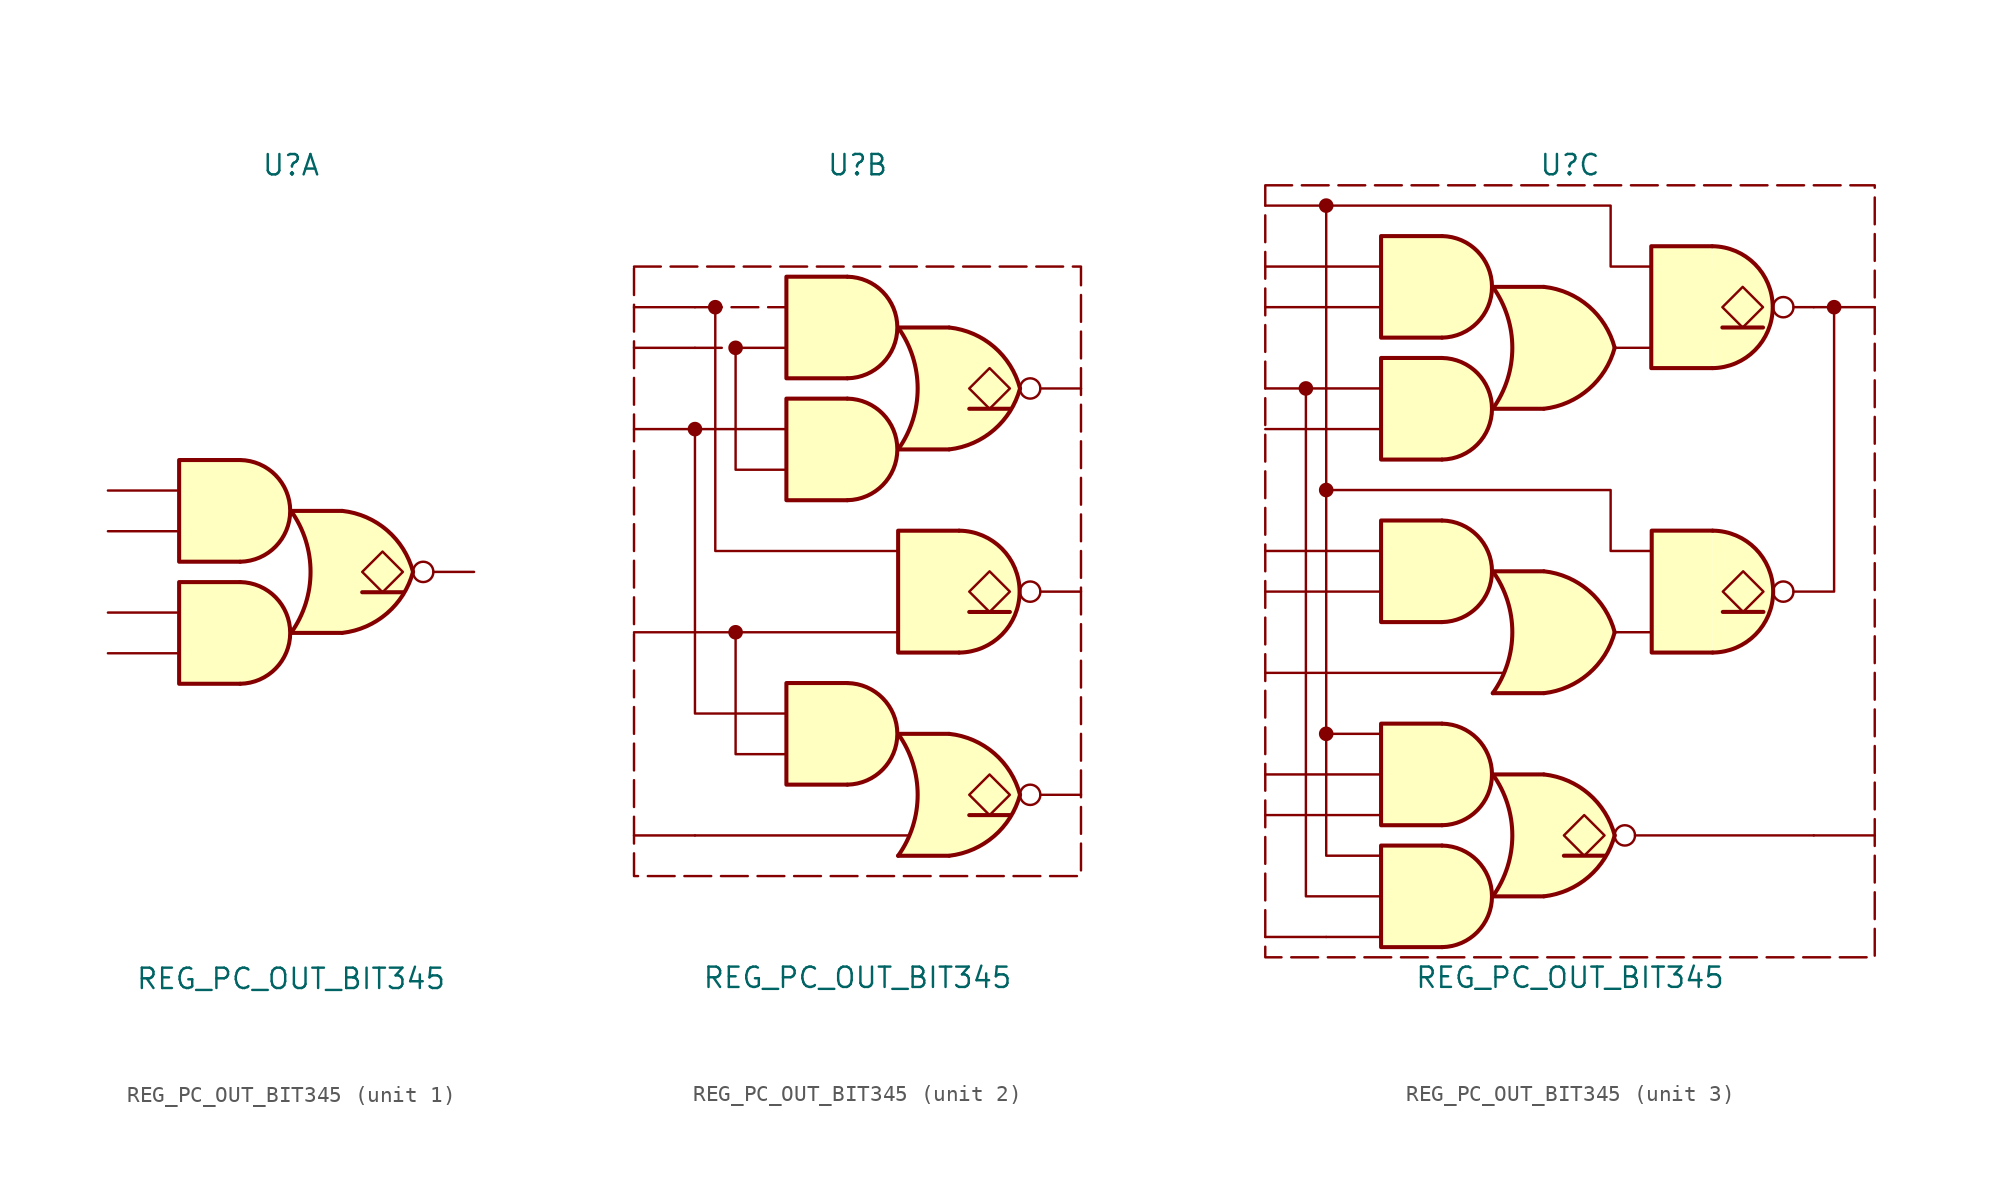
<source format=kicad_sym>
(kicad_symbol_lib
  (version 20231120)
  (generator "kicad_symbol_editor")
  (generator_version "8.0")
  (symbol "REG_PC_OUT_BIT345"
    (pin_numbers hide)
    (pin_names hide)
    (property "Reference" "U"
      (at 0 25.4 0)
      (effects (font (size 1.27 1.27))))
    (property "Value" "REG_PC_OUT_BIT345"
      (at 0 -25.4 0)
      (effects (font (size 1.27 1.27))))
    (property "ki_locked" ""
      (at 0 0 0)
      (effects (font (size 1.27 1.27))))
    (symbol "REG_PC_OUT_BIT345_1_1"
      (arc (start -3.175 -6.985) (mid -0.05 -3.81) (end -3.175 -0.635) (stroke (width 0.254) (type default)) (fill (type background)))
      (arc (start -3.175 0.635) (mid -0.05 3.81) (end -3.175 6.985) (stroke (width 0.254) (type default)) (fill (type background)))
      (arc (start -0.0002 -3.81) (mid 1.2208 0) (end -0.0002 3.81) (stroke (width 0.254) (type default)) (fill (type none)))
      (polyline (pts (xy -0.0002 -3.81) (xy 3.175 -3.81)) (stroke (width 0.254) (type default)) (fill (type background)))
      (polyline (pts (xy -0.0002 3.81) (xy 3.175 3.81)) (stroke (width 0.254) (type default)) (fill (type background)))
      (polyline (pts (xy 4.445 -1.27) (xy 6.985 -1.27)) (stroke (width 0.254) (type default)) (fill (type none)))
      (polyline (pts (xy -3.175 -0.635) (xy -6.985 -0.635) (xy -6.985 -6.985) (xy -3.175 -6.985)) (stroke (width 0.254) (type default)) (fill (type background)))
      (polyline (pts (xy -3.175 6.985) (xy -6.985 6.985) (xy -6.985 0.635) (xy -3.175 0.635)) (stroke (width 0.254) (type default)) (fill (type background)))
      (polyline (pts (xy 6.985 0) (xy 5.715 1.27) (xy 4.445 0) (xy 5.715 -1.27) (xy 6.985 0)) (stroke (width 0) (type default)) (fill (type none)))
      (polyline (pts (xy 3.175 3.81) (xy 0 3.81) (xy 0 3.81) (xy 0.254 3.404) (xy 0.787 2.261) (xy 1.118 1.041) (xy 1.194 -0.254) (xy 1.041 -1.499) (xy 0.635 -2.718) (xy 0 -3.81) (xy 0 -3.81) (xy 3.175 -3.81)) (stroke (width -25.4) (type default)) (fill (type background)))
      (arc (start 3.2002 -3.81) (mid 5.9953 -2.584) (end 7.6198 0) (stroke (width 0.254) (type default)) (fill (type background)))
      (arc (start 7.6198 0) (mid 6.0026 2.5925) (end 3.2002 3.81) (stroke (width 0.254) (type default)) (fill (type background)))
      (pin input line (at -11.43 5.08 0) (length 4.3) (name "IN1" (effects (font (size 1.27 1.27)))) (number "" (effects (font (size 1.27 1.27)))))
      (pin input line (at -11.43 2.54 0) (length 4.3) (name "IN2" (effects (font (size 1.27 1.27)))) (number "" (effects (font (size 1.27 1.27)))))
      (pin input line (at -11.43 -2.54 0) (length 4.3) (name "IN3" (effects (font (size 1.27 1.27)))) (number "" (effects (font (size 1.27 1.27)))))
      (pin input line (at -11.43 -5.08 0) (length 4.3) (name "IN4" (effects (font (size 1.27 1.27)))) (number "" (effects (font (size 1.27 1.27)))))
      (pin tri_state inverted (at 11.43 0 180) (length 3.81) (name "Y1" (effects (font (size 1.27 1.27)))) (number "" (effects (font (size 0 0))))))
    (symbol "REG_PC_OUT_BIT345_2_1"
      (rectangle (start -13.97 19.05) (end 13.97 -19.05) (stroke (width 0) (type dash)) (fill (type none)))
      (circle (center -10.16 8.89) (radius 0.381) (stroke (width 0) (type default)) (fill (type outline)))
      (circle (center -8.89 16.51) (radius 0.381) (stroke (width 0) (type default)) (fill (type outline)))
      (circle (center -7.62 -3.81) (radius 0.381) (stroke (width 0) (type default)) (fill (type outline)))
      (circle (center -7.62 13.97) (radius 0.381) (stroke (width 0) (type default)) (fill (type outline)))
      (arc (start -0.635 -13.335) (mid 2.49 -10.16) (end -0.635 -6.985) (stroke (width 0.254) (type default)) (fill (type background)))
      (arc (start -0.635 4.445) (mid 2.49 7.62) (end -0.635 10.795) (stroke (width 0.254) (type default)) (fill (type background)))
      (arc (start -0.635 12.065) (mid 2.49 15.24) (end -0.635 18.415) (stroke (width 0.254) (type default)) (fill (type background)))
      (polyline (pts (xy -10.16 -16.51) (xy 3.175 -16.51)) (stroke (width 0) (type default)) (fill (type none)))
      (polyline (pts (xy -10.16 -3.81) (xy 2.54 -3.81)) (stroke (width 0) (type default)) (fill (type none)))
      (polyline (pts (xy -10.16 8.89) (xy -4.445 8.89)) (stroke (width 0) (type default)) (fill (type none)))
      (polyline (pts (xy -10.16 13.97) (xy -7.62 13.97)) (stroke (width 0) (type default)) (fill (type none)))
      (polyline (pts (xy -10.16 16.51) (xy -4.445 16.51)) (stroke (width 0) (type default)) (fill (type none)))
      (polyline (pts (xy 2.54 -17.78) (xy 5.715 -17.78)) (stroke (width 0.254) (type default)) (fill (type background)))
      (polyline (pts (xy 2.54 -10.16) (xy 5.715 -10.16)) (stroke (width 0.254) (type default)) (fill (type background)))
      (polyline (pts (xy 2.54 7.62) (xy 5.715 7.62)) (stroke (width 0.254) (type default)) (fill (type background)))
      (polyline (pts (xy 2.54 15.24) (xy 5.715 15.24)) (stroke (width 0.254) (type default)) (fill (type background)))
      (polyline (pts (xy 6.985 -15.24) (xy 9.525 -15.24)) (stroke (width 0.254) (type default)) (fill (type none)))
      (polyline (pts (xy 6.985 -2.54) (xy 9.525 -2.54)) (stroke (width 0.254) (type default)) (fill (type none)))
      (polyline (pts (xy 6.985 10.16) (xy 9.525 10.16)) (stroke (width 0.254) (type default)) (fill (type none)))
      (polyline (pts (xy -4.445 -11.43) (xy -7.62 -11.43) (xy -7.62 -3.81)) (stroke (width 0) (type default)) (fill (type none)))
      (polyline (pts (xy -4.445 -8.89) (xy -10.16 -8.89) (xy -10.16 8.89)) (stroke (width 0) (type default)) (fill (type none)))
      (polyline (pts (xy 2.54 1.27) (xy -8.89 1.27) (xy -8.89 16.51)) (stroke (width 0) (type default)) (fill (type none)))
      (polyline (pts (xy -4.445 13.97) (xy -7.62 13.97) (xy -7.62 6.35) (xy -4.445 6.35)) (stroke (width 0) (type default)) (fill (type none)))
      (polyline (pts (xy -0.635 -6.985) (xy -4.445 -6.985) (xy -4.445 -13.335) (xy -0.635 -13.335)) (stroke (width 0.254) (type default)) (fill (type background)))
      (polyline (pts (xy -0.635 10.795) (xy -4.445 10.795) (xy -4.445 4.445) (xy -0.635 4.445)) (stroke (width 0.254) (type default)) (fill (type background)))
      (polyline (pts (xy -0.635 18.415) (xy -4.445 18.415) (xy -4.445 12.065) (xy -0.635 12.065)) (stroke (width 0.254) (type default)) (fill (type background)))
      (polyline (pts (xy 6.35 2.54) (xy 2.54 2.54) (xy 2.54 -5.08) (xy 6.35 -5.08)) (stroke (width 0.254) (type default)) (fill (type background)))
      (polyline (pts (xy 9.525 -13.97) (xy 8.255 -12.7) (xy 6.985 -13.97) (xy 8.255 -15.24) (xy 9.525 -13.97)) (stroke (width 0) (type default)) (fill (type none)))
      (polyline (pts (xy 9.525 -1.27) (xy 8.255 0) (xy 6.985 -1.27) (xy 8.255 -2.54) (xy 9.525 -1.27)) (stroke (width 0) (type default)) (fill (type none)))
      (polyline (pts (xy 9.525 11.43) (xy 8.255 12.7) (xy 6.985 11.43) (xy 8.255 10.16) (xy 9.525 11.43)) (stroke (width 0) (type default)) (fill (type none)))
      (polyline (pts (xy 5.715 -10.16) (xy 2.54 -10.16) (xy 2.54 -10.16) (xy 2.794 -10.566) (xy 3.327 -11.709) (xy 3.658 -12.929) (xy 3.734 -14.224) (xy 3.581 -15.469) (xy 3.175 -16.688) (xy 2.54 -17.78) (xy 2.54 -17.78) (xy 5.715 -17.78)) (stroke (width -25.4) (type default)) (fill (type background)))
      (polyline (pts (xy 5.715 15.24) (xy 2.54 15.24) (xy 2.54 15.24) (xy 2.794 14.834) (xy 3.327 13.691) (xy 3.658 12.471) (xy 3.734 11.176) (xy 3.581 9.931) (xy 3.175 8.712) (xy 2.54 7.62) (xy 2.54 7.62) (xy 5.715 7.62)) (stroke (width -25.4) (type default)) (fill (type background)))
      (arc (start 2.5398 -17.78) (mid 3.7608 -13.97) (end 2.5398 -10.16) (stroke (width 0.254) (type default)) (fill (type none)))
      (arc (start 2.5398 7.62) (mid 3.7608 11.43) (end 2.5398 15.24) (stroke (width 0.254) (type default)) (fill (type none)))
      (arc (start 5.7402 -17.78) (mid 8.5356 -16.5541) (end 10.1598 -13.97) (stroke (width 0.254) (type default)) (fill (type background)))
      (arc (start 5.7402 7.62) (mid 8.5353 8.846) (end 10.1598 11.43) (stroke (width 0.254) (type default)) (fill (type background)))
      (arc (start 6.35 -5.08) (mid 10.1325 -1.27) (end 6.35 2.54) (stroke (width 0.254) (type default)) (fill (type background)))
      (arc (start 10.1598 -13.97) (mid 8.5426 -11.3775) (end 5.7402 -10.16) (stroke (width 0.254) (type default)) (fill (type background)))
      (arc (start 10.1598 11.43) (mid 8.5426 14.0225) (end 5.7402 15.24) (stroke (width 0.254) (type default)) (fill (type background)))
      (pin input line (at -13.97 16.51 0) (length 3.81) (name "IN5" (effects (font (size 1.27 1.27)))) (number "" (effects (font (size 0 0)))))
      (pin input line (at -13.97 13.97 0) (length 3.81) (name "IN6" (effects (font (size 1.27 1.27)))) (number "" (effects (font (size 0 0)))))
      (pin input line (at -13.97 8.89 0) (length 3.81) (name "IN7" (effects (font (size 1.27 1.27)))) (number "" (effects (font (size 0 0)))))
      (pin input line (at -13.97 -3.81 0) (length 3.81) (name "IN8" (effects (font (size 1.27 1.27)))) (number "" (effects (font (size 0 0)))))
      (pin input line (at -13.97 -16.51 0) (length 3.81) (name "IN9" (effects (font (size 1.27 1.27)))) (number "" (effects (font (size 0 0)))))
      (pin tri_state inverted (at 13.97 11.43 180) (length 3.81) (name "Y2" (effects (font (size 1.27 1.27)))) (number "" (effects (font (size 0 0)))))
      (pin tri_state inverted (at 13.97 -1.27 180) (length 3.81) (name "Y3" (effects (font (size 1.27 1.27)))) (number "" (effects (font (size 0 0)))))
      (pin tri_state inverted (at 13.97 -13.97 180) (length 3.81) (name "Y4" (effects (font (size 1.27 1.27)))) (number "" (effects (font (size 0 0))))))
    (symbol "REG_PC_OUT_BIT345_3_1"
      (rectangle (start -19.05 24.13) (end 19.05 -24.13) (stroke (width 0) (type dash)) (fill (type none)))
      (circle (center -16.51 11.43) (radius 0.381) (stroke (width 0) (type default)) (fill (type outline)))
      (circle (center -15.24 -10.16) (radius 0.381) (stroke (width 0) (type default)) (fill (type outline)))
      (circle (center -15.24 5.08) (radius 0.381) (stroke (width 0) (type default)) (fill (type outline)))
      (circle (center -15.24 22.86) (radius 0.381) (stroke (width 0) (type default)) (fill (type outline)))
      (arc (start -8.001 -23.495) (mid -4.876 -20.32) (end -8.001 -17.145) (stroke (width 0.254) (type default)) (fill (type background)))
      (arc (start -8.001 -15.875) (mid -4.876 -12.7) (end -8.001 -9.525) (stroke (width 0.254) (type default)) (fill (type background)))
      (arc (start -8.001 -3.175) (mid -4.876 0) (end -8.001 3.175) (stroke (width 0.254) (type default)) (fill (type background)))
      (arc (start -8.001 6.985) (mid -4.876 10.16) (end -8.001 13.335) (stroke (width 0.254) (type default)) (fill (type background)))
      (arc (start -8.001 14.605) (mid -4.876 17.78) (end -8.001 20.955) (stroke (width 0.254) (type default)) (fill (type background)))
      (arc (start -4.8262 -20.32) (mid -3.6052 -16.51) (end -4.8262 -12.7) (stroke (width 0.254) (type default)) (fill (type none)))
      (arc (start -4.8262 -7.62) (mid -3.6052 -3.81) (end -4.8262 0) (stroke (width 0.254) (type default)) (fill (type none)))
      (arc (start -4.8262 10.16) (mid -3.6052 13.97) (end -4.8262 17.78) (stroke (width 0.254) (type default)) (fill (type none)))
      (arc (start -1.6258 -20.32) (mid 1.1696 -19.0941) (end 2.7938 -16.51) (stroke (width 0.254) (type default)) (fill (type background)))
      (arc (start -1.6258 -7.62) (mid 1.1696 -6.3943) (end 2.7938 -3.81) (stroke (width 0.254) (type default)) (fill (type background)))
      (arc (start -1.6258 10.16) (mid 1.1696 11.3859) (end 2.7938 13.97) (stroke (width 0.254) (type default)) (fill (type background)))
      (polyline (pts (xy -15.24 -6.35) (xy -4.191 -6.35)) (stroke (width 0) (type default)) (fill (type none)))
      (polyline (pts (xy -15.24 -1.27) (xy -11.811 -1.27)) (stroke (width 0) (type default)) (fill (type none)))
      (polyline (pts (xy -15.24 1.27) (xy -11.811 1.27)) (stroke (width 0) (type default)) (fill (type none)))
      (polyline (pts (xy -11.811 -22.86) (xy -15.24 -22.86)) (stroke (width 0) (type default)) (fill (type none)))
      (polyline (pts (xy -11.811 -15.24) (xy -15.24 -15.24)) (stroke (width 0) (type default)) (fill (type none)))
      (polyline (pts (xy -11.811 -12.7) (xy -15.24 -12.7)) (stroke (width 0) (type default)) (fill (type none)))
      (polyline (pts (xy -11.811 8.89) (xy -15.24 8.89)) (stroke (width 0) (type default)) (fill (type none)))
      (polyline (pts (xy -11.811 11.43) (xy -15.24 11.43)) (stroke (width 0) (type default)) (fill (type none)))
      (polyline (pts (xy -11.811 16.51) (xy -15.24 16.51)) (stroke (width 0) (type default)) (fill (type none)))
      (polyline (pts (xy -11.811 19.05) (xy -15.24 19.05)) (stroke (width 0) (type default)) (fill (type none)))
      (polyline (pts (xy -4.826 -20.32) (xy -1.651 -20.32)) (stroke (width 0.254) (type default)) (fill (type background)))
      (polyline (pts (xy -4.826 -12.7) (xy -1.651 -12.7)) (stroke (width 0.254) (type default)) (fill (type background)))
      (polyline (pts (xy -4.826 -7.62) (xy -1.651 -7.62)) (stroke (width 0.254) (type default)) (fill (type background)))
      (polyline (pts (xy -4.826 0) (xy -1.651 0)) (stroke (width 0.254) (type default)) (fill (type background)))
      (polyline (pts (xy -4.826 10.16) (xy -1.651 10.16)) (stroke (width 0.254) (type default)) (fill (type background)))
      (polyline (pts (xy -4.826 17.78) (xy -1.651 17.78)) (stroke (width 0.254) (type default)) (fill (type background)))
      (polyline (pts (xy -0.381 -17.78) (xy 2.159 -17.78)) (stroke (width 0.254) (type default)) (fill (type none)))
      (polyline (pts (xy 2.794 -3.81) (xy 5.08 -3.81)) (stroke (width 0) (type default)) (fill (type none)))
      (polyline (pts (xy 2.794 13.97) (xy 5.08 13.97)) (stroke (width 0) (type default)) (fill (type none)))
      (polyline (pts (xy 9.525 15.24) (xy 12.065 15.24)) (stroke (width 0.254) (type default)) (fill (type none)))
      (polyline (pts (xy 9.553 -2.54) (xy 12.093 -2.54)) (stroke (width 0.254) (type default)) (fill (type none)))
      (polyline (pts (xy 15.24 -16.51) (xy 4.064 -16.51)) (stroke (width 0) (type default)) (fill (type none)))
      (polyline (pts (xy 15.24 16.51) (xy 13.97 16.51)) (stroke (width 0) (type default)) (fill (type none)))
      (polyline (pts (xy -11.811 -20.32) (xy -16.51 -20.32) (xy -16.51 11.43)) (stroke (width 0) (type default)) (fill (type none)))
      (polyline (pts (xy -11.811 -17.78) (xy -15.24 -17.78) (xy -15.24 -10.16)) (stroke (width 0) (type default)) (fill (type none)))
      (polyline (pts (xy -11.811 -10.16) (xy -15.24 -10.16) (xy -15.24 22.86)) (stroke (width 0) (type default)) (fill (type none)))
      (polyline (pts (xy 13.97 -1.27) (xy 16.51 -1.27) (xy 16.51 16.51)) (stroke (width 0) (type default)) (fill (type none)))
      (polyline (pts (xy -8.001 -17.145) (xy -11.811 -17.145) (xy -11.811 -23.495) (xy -8.001 -23.495)) (stroke (width 0.254) (type default)) (fill (type background)))
      (polyline (pts (xy -8.001 -9.525) (xy -11.811 -9.525) (xy -11.811 -15.875) (xy -8.001 -15.875)) (stroke (width 0.254) (type default)) (fill (type background)))
      (polyline (pts (xy -8.001 3.175) (xy -11.811 3.175) (xy -11.811 -3.175) (xy -8.001 -3.175)) (stroke (width 0.254) (type default)) (fill (type background)))
      (polyline (pts (xy -8.001 13.335) (xy -11.811 13.335) (xy -11.811 6.985) (xy -8.001 6.985)) (stroke (width 0.254) (type default)) (fill (type background)))
      (polyline (pts (xy -8.001 20.955) (xy -11.811 20.955) (xy -11.811 14.605) (xy -8.001 14.605)) (stroke (width 0.254) (type default)) (fill (type background)))
      (polyline (pts (xy 5.08 1.27) (xy 2.54 1.27) (xy 2.54 5.08) (xy -15.24 5.08)) (stroke (width 0) (type default)) (fill (type none)))
      (polyline (pts (xy 5.08 19.05) (xy 2.54 19.05) (xy 2.54 22.86) (xy -15.24 22.86)) (stroke (width 0) (type default)) (fill (type none)))
      (polyline (pts (xy 8.89 20.32) (xy 5.08 20.32) (xy 5.08 12.7) (xy 8.89 12.7)) (stroke (width 0.254) (type default)) (fill (type background)))
      (polyline (pts (xy 8.918 2.54) (xy 5.108 2.54) (xy 5.108 -5.08) (xy 8.918 -5.08)) (stroke (width 0.254) (type default)) (fill (type background)))
      (polyline (pts (xy 2.159 -16.51) (xy 0.889 -15.24) (xy -0.381 -16.51) (xy 0.889 -17.78) (xy 2.159 -16.51)) (stroke (width 0) (type default)) (fill (type none)))
      (polyline (pts (xy 12.065 16.51) (xy 10.795 17.78) (xy 9.525 16.51) (xy 10.795 15.24) (xy 12.065 16.51)) (stroke (width 0) (type default)) (fill (type none)))
      (polyline (pts (xy 12.093 -1.27) (xy 10.823 0) (xy 9.553 -1.27) (xy 10.823 -2.54) (xy 12.093 -1.27)) (stroke (width 0) (type default)) (fill (type none)))
      (polyline (pts (xy -1.651 -12.7) (xy -4.826 -12.7) (xy -4.826 -12.7) (xy -4.572 -13.106) (xy -4.039 -14.249) (xy -3.708 -15.469) (xy -3.632 -16.764) (xy -3.785 -18.009) (xy -4.191 -19.228) (xy -4.826 -20.32) (xy -4.826 -20.32) (xy -1.651 -20.32)) (stroke (width -25.4) (type default)) (fill (type background)))
      (polyline (pts (xy -1.651 0) (xy -4.826 0) (xy -4.826 0) (xy -4.572 -0.406) (xy -4.039 -1.549) (xy -3.708 -2.769) (xy -3.632 -4.064) (xy -3.785 -5.309) (xy -4.191 -6.528) (xy -4.826 -7.62) (xy -4.826 -7.62) (xy -1.651 -7.62)) (stroke (width -25.4) (type default)) (fill (type background)))
      (polyline (pts (xy -1.651 17.78) (xy -4.826 17.78) (xy -4.826 17.78) (xy -4.572 17.374) (xy -4.039 16.231) (xy -3.708 15.011) (xy -3.632 13.716) (xy -3.785 12.471) (xy -4.191 11.252) (xy -4.826 10.16) (xy -4.826 10.16) (xy -1.651 10.16)) (stroke (width -25.4) (type default)) (fill (type background)))
      (arc (start 2.7938 -16.51) (mid 1.1766 -13.9177) (end -1.6258 -12.7) (stroke (width 0.254) (type default)) (fill (type background)))
      (arc (start 2.7938 -3.81) (mid 1.1766 -1.2177) (end -1.6258 0) (stroke (width 0.254) (type default)) (fill (type background)))
      (arc (start 2.7938 13.97) (mid 1.1766 16.5623) (end -1.6258 17.78) (stroke (width 0.254) (type default)) (fill (type background)))
      (circle (center 3.429 -16.51) (radius 0.635) (stroke (width 0) (type default)) (fill (type none)))
      (arc (start 8.89 12.7) (mid 12.6725 16.51) (end 8.89 20.32) (stroke (width 0.254) (type default)) (fill (type background)))
      (arc (start 8.9176 -5.08) (mid 12.7001 -1.27) (end 8.9176 2.54) (stroke (width 0.254) (type default)) (fill (type background)))
      (circle (center 13.335 -1.27) (radius 0.635) (stroke (width 0) (type default)) (fill (type none)))
      (circle (center 13.335 16.51) (radius 0.635) (stroke (width 0) (type default)) (fill (type none)))
      (circle (center 16.51 16.51) (radius 0.381) (stroke (width 0) (type default)) (fill (type outline)))
      (pin input line (at -19.05 22.86 0) (length 3.81) (name "IN10" (effects (font (size 1.27 1.27)))) (number "" (effects (font (size 0 0)))))
      (pin input line (at -19.05 19.05 0) (length 3.81) (name "IN11" (effects (font (size 1.27 1.27)))) (number "" (effects (font (size 0 0)))))
      (pin input line (at -19.05 16.51 0) (length 3.81) (name "IN12" (effects (font (size 1.27 1.27)))) (number "" (effects (font (size 0 0)))))
      (pin input line (at -19.05 11.43 0) (length 3.81) (name "IN13" (effects (font (size 1.27 1.27)))) (number "" (effects (font (size 0 0)))))
      (pin input line (at -19.05 8.89 0) (length 3.81) (name "IN14" (effects (font (size 1.27 1.27)))) (number "" (effects (font (size 0 0)))))
      (pin input line (at -19.05 -12.7 0) (length 3.81) (name "IN15" (effects (font (size 1.27 1.27)))) (number "" (effects (font (size 0 0)))))
      (pin input line (at -19.05 -15.24 0) (length 3.81) (name "IN16" (effects (font (size 1.27 1.27)))) (number "" (effects (font (size 0 0)))))
      (pin input line (at -19.05 -22.86 0) (length 3.81) (name "IN17" (effects (font (size 1.27 1.27)))) (number "" (effects (font (size 0 0)))))
      (pin input line (at -19.05 -6.35 0) (length 3.81) (name "IN18" (effects (font (size 1.27 1.27)))) (number "" (effects (font (size 0 0)))))
      (pin input line (at -19.05 1.27 0) (length 3.81) (name "IN19" (effects (font (size 1.27 1.27)))) (number "" (effects (font (size 0 0)))))
      (pin input line (at -19.05 -1.27 0) (length 3.81) (name "IN20" (effects (font (size 1.27 1.27)))) (number "" (effects (font (size 0 0)))))
      (pin tri_state line (at 19.05 16.51 180) (length 3.81) (name "Y5" (effects (font (size 1.27 1.27)))) (number "" (effects (font (size 0 0)))))
      (pin tri_state line (at 19.05 -16.51 180) (length 3.81) (name "Y6" (effects (font (size 1.27 1.27)))) (number "" (effects (font (size 0 0))))))))
</source>
